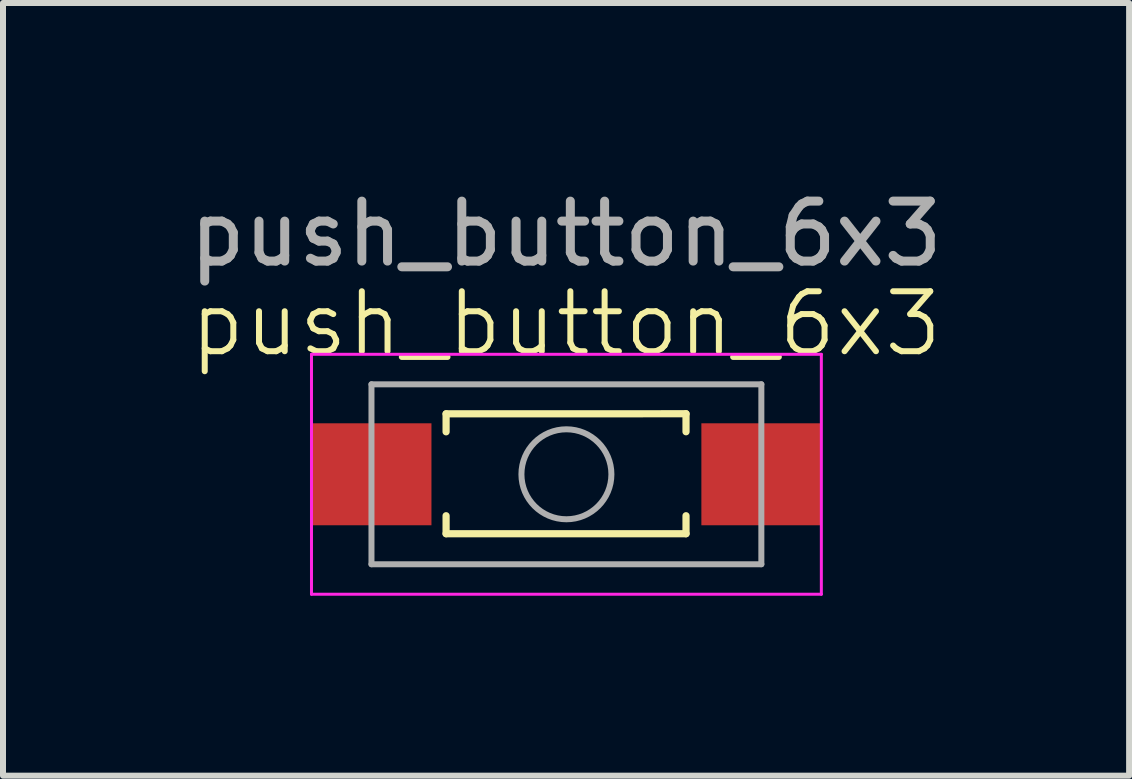
<source format=kicad_pcb>
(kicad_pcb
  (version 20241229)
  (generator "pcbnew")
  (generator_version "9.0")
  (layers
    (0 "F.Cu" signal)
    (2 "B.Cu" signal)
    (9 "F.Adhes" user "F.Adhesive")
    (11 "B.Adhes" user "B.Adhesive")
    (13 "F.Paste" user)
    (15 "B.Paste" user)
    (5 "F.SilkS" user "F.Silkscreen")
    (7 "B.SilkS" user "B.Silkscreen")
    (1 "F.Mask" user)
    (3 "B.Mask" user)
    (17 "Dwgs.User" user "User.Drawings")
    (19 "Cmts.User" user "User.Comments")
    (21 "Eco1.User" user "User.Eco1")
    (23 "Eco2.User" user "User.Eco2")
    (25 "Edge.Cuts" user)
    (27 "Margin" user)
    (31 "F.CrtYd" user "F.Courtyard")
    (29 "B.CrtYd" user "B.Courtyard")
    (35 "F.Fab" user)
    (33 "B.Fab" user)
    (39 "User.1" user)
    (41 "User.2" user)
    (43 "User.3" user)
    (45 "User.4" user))
  (footprint "push_button_6x3"
    (layer "F.Cu")
    (at 6.387 4.848)
    (property "Reference" "push_button_6x3" (at 0 -2.5 0) (unlocked yes) (layer "F.SilkS") (effects (font (size 1 1) (thickness 0.1))))
    (attr smd)
    (fp_line (start -2 -0.999) (end 2 -1) (stroke (width 0.12) (type solid)) (layer "F.SilkS"))
    (fp_line (start -2 -0.699) (end -2 -0.999) (stroke (width 0.12) (type solid)) (layer "F.SilkS"))
    (fp_line (start -2 0.7) (end -2 1) (stroke (width 0.12) (type solid)) (layer "F.SilkS"))
    (fp_line (start -2 1) (end 2 1) (stroke (width 0.12) (type solid)) (layer "F.SilkS"))
    (fp_line (start 2 -1) (end 2 -0.7) (stroke (width 0.12) (type solid)) (layer "F.SilkS"))
    (fp_line (start 2 1) (end 2 0.7) (stroke (width 0.12) (type solid)) (layer "F.SilkS"))
    (fp_line (start -4.244 -1.991) (end -4.244 2.009) (stroke (width 0.05) (type solid)) (layer "F.CrtYd"))
    (fp_line (start -4.244 2.009) (end 4.256 2.009) (stroke (width 0.05) (type solid)) (layer "F.CrtYd"))
    (fp_line (start 4.256 -1.991) (end -4.244 -1.991) (stroke (width 0.05) (type solid)) (layer "F.CrtYd"))
    (fp_line (start 4.256 2.009) (end 4.256 -1.991) (stroke (width 0.05) (type solid)) (layer "F.CrtYd"))
    (fp_line (start -3.244 -1.491) (end 3.256 -1.491) (stroke (width 0.1) (type solid)) (layer "F.Fab"))
    (fp_line (start -3.244 1.509) (end -3.244 -1.491) (stroke (width 0.1) (type solid)) (layer "F.Fab"))
    (fp_line (start 3.256 -1.491) (end 3.256 1.509) (stroke (width 0.1) (type solid)) (layer "F.Fab"))
    (fp_line (start 3.256 1.509) (end -3.244 1.509) (stroke (width 0.1) (type solid)) (layer "F.Fab"))
    (fp_circle (center 0.006 0.009) (end 0.756 0.009) (stroke (width 0.1) (type solid)) (fill no) (layer "F.Fab"))
    (fp_text user "${REFERENCE}" (at 0 -4 0) (unlocked yes) (layer "F.Fab") (effects (font (size 1 1) (thickness 0.15))))
    (pad "1" smd rect (at -3.244 0.009) (size 2 1.7) (layers "F.Cu" "F.Mask" "F.Paste"))
    (pad "2" smd rect (at 3.256 0.009) (size 2 1.7) (layers "F.Cu" "F.Mask" "F.Paste")))
  (gr_rect
    (start -3 -3)
    (end 15.774 9.882)
    (stroke (width 0.1) (type default))
    (fill no)
    (layer "Edge.Cuts")))
</source>
